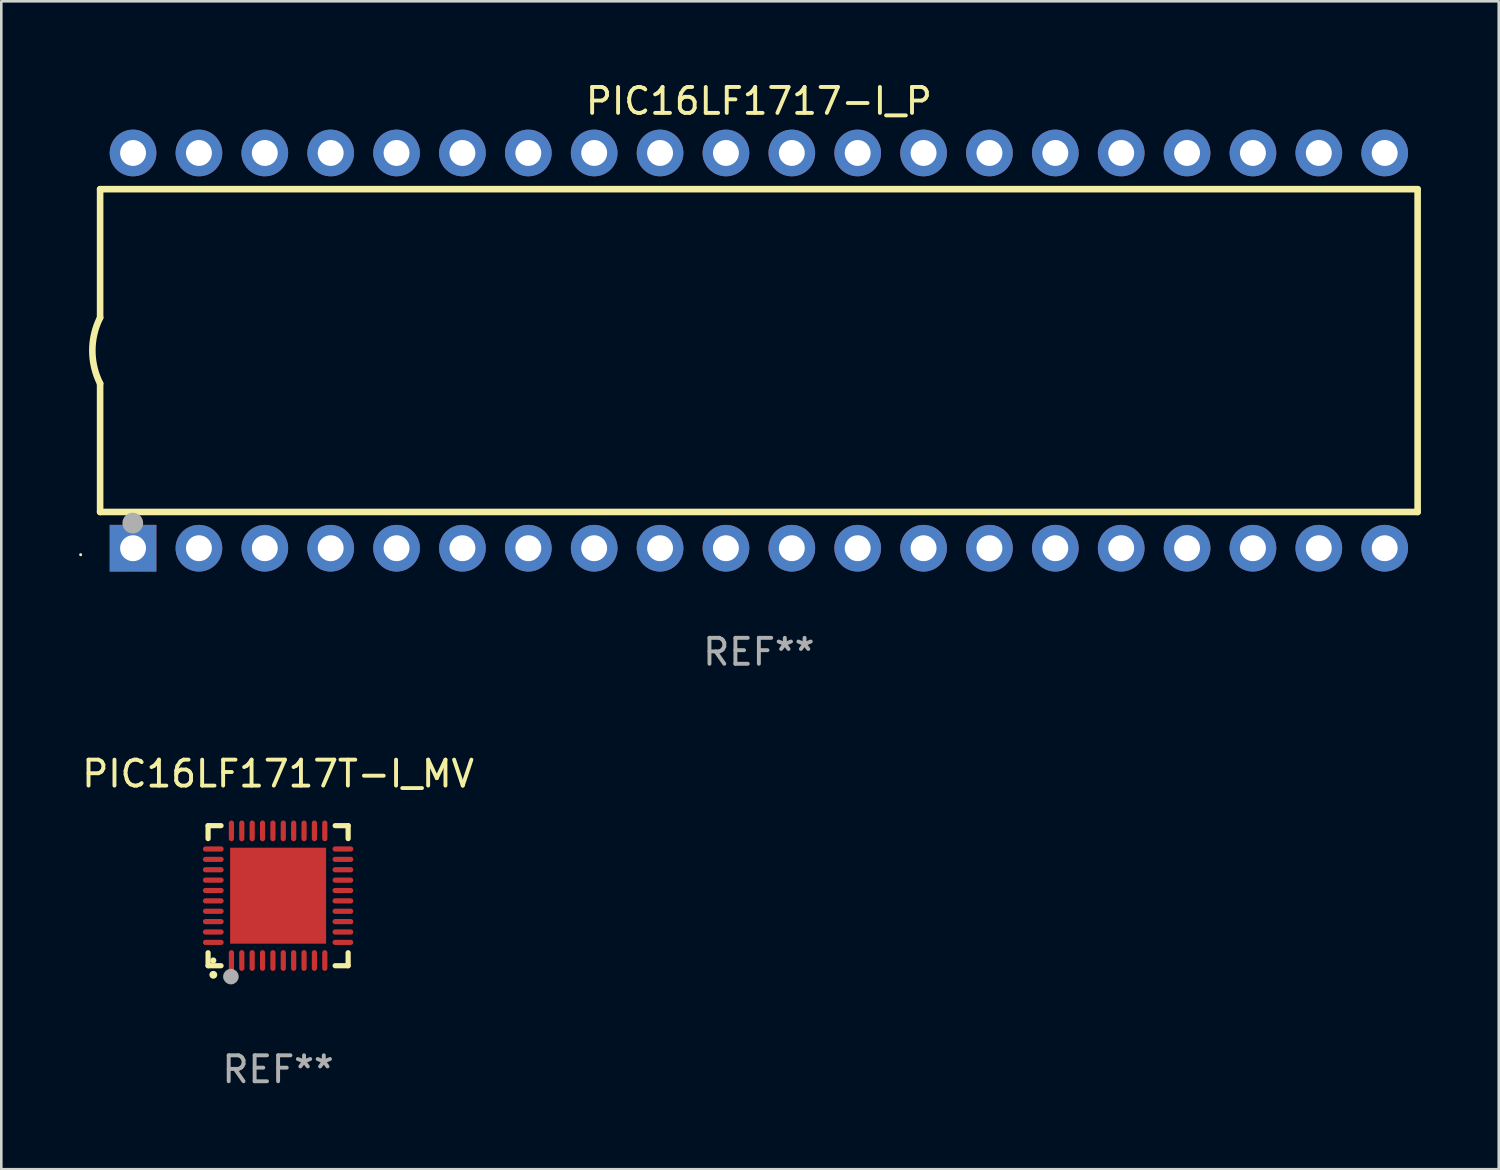
<source format=kicad_pcb>
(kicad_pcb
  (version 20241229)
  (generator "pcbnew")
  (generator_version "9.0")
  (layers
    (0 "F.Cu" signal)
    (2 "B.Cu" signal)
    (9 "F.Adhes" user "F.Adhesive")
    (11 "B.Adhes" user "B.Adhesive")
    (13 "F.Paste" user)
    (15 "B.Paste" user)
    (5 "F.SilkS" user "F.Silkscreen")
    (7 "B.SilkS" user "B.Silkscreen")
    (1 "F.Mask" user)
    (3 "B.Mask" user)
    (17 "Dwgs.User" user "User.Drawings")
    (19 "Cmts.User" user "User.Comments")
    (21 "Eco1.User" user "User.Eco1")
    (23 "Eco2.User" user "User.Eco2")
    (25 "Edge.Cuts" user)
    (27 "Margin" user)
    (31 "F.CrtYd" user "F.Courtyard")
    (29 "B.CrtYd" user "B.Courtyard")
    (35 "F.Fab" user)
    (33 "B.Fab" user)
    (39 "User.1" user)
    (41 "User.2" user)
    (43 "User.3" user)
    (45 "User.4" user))
  (footprint "PIC16LF1717-I_P"
    (layer "F.Cu")
    (at 26.21 10.468)
    (property "Reference" "PIC16LF1717-I_P" (at 0 -9.62 0) (layer "F.SilkS") (effects (font (size 1 1) (thickness 0.15))))
    (attr through_hole)
    (fp_line (start -25.4 -6.224) (end -25.4 -1.271) (stroke (width 0.254) (type solid)) (layer "F.SilkS"))
    (fp_line (start -25.4 -6.224) (end 25.4 -6.224) (stroke (width 0.254) (type solid)) (layer "F.SilkS"))
    (fp_line (start -25.4 1.269) (end -25.4 6.222) (stroke (width 0.254) (type solid)) (layer "F.SilkS"))
    (fp_line (start -25.4 6.222) (end 25.4 6.222) (stroke (width 0.254) (type solid)) (layer "F.SilkS"))
    (fp_line (start 25.4 6.222) (end 25.4 -6.224) (stroke (width 0.254) (type solid)) (layer "F.SilkS"))
    (fp_arc (start -25.4 1.269241) (mid -25.699807 -0.000762) (end -25.4 -1.270765) (stroke (width 0.254001) (type solid)) (layer "F.SilkS"))
    (fp_circle (center -26.15 7.87) (end -26.12 7.87) (stroke (width 0.06) (type solid)) (fill no) (layer "F.SilkS"))
    (fp_circle (center -24.14 6.65) (end -23.94 6.65) (stroke (width 0.4) (type solid)) (fill no) (layer "F.Fab"))
    (fp_text user "REF**" (at 0 11.62 0) (layer "F.Fab") (effects (font (size 1 1) (thickness 0.15))))
    (pad "1" thru_hole rect (at -24.13 7.62 90) (size 1.8 1.8) (drill 1) (layers "*.Cu" "*.Mask"))
    (pad "2" thru_hole circle (at -21.59 7.62) (size 1.8 1.8) (drill 1) (layers "*.Cu" "*.Mask"))
    (pad "3" thru_hole circle (at -19.05 7.62) (size 1.8 1.8) (drill 1) (layers "*.Cu" "*.Mask"))
    (pad "4" thru_hole circle (at -16.51 7.62) (size 1.8 1.8) (drill 1) (layers "*.Cu" "*.Mask"))
    (pad "5" thru_hole circle (at -13.97 7.62) (size 1.8 1.8) (drill 1) (layers "*.Cu" "*.Mask"))
    (pad "6" thru_hole circle (at -11.43 7.62) (size 1.8 1.8) (drill 1) (layers "*.Cu" "*.Mask"))
    (pad "7" thru_hole circle (at -8.89 7.62) (size 1.8 1.8) (drill 1) (layers "*.Cu" "*.Mask"))
    (pad "8" thru_hole circle (at -6.35 7.62) (size 1.8 1.8) (drill 1) (layers "*.Cu" "*.Mask"))
    (pad "9" thru_hole circle (at -3.81 7.62) (size 1.8 1.8) (drill 1) (layers "*.Cu" "*.Mask"))
    (pad "10" thru_hole circle (at -1.27 7.62) (size 1.8 1.8) (drill 1) (layers "*.Cu" "*.Mask"))
    (pad "11" thru_hole circle (at 1.27 7.62) (size 1.8 1.8) (drill 1) (layers "*.Cu" "*.Mask"))
    (pad "12" thru_hole circle (at 3.81 7.62) (size 1.8 1.8) (drill 1) (layers "*.Cu" "*.Mask"))
    (pad "13" thru_hole circle (at 6.35 7.62) (size 1.8 1.8) (drill 1) (layers "*.Cu" "*.Mask"))
    (pad "14" thru_hole circle (at 8.89 7.62) (size 1.8 1.8) (drill 1) (layers "*.Cu" "*.Mask"))
    (pad "15" thru_hole circle (at 11.43 7.62) (size 1.8 1.8) (drill 1) (layers "*.Cu" "*.Mask"))
    (pad "16" thru_hole circle (at 13.97 7.62) (size 1.8 1.8) (drill 1) (layers "*.Cu" "*.Mask"))
    (pad "17" thru_hole circle (at 16.51 7.62) (size 1.8 1.8) (drill 1) (layers "*.Cu" "*.Mask"))
    (pad "18" thru_hole circle (at 19.05 7.62) (size 1.8 1.8) (drill 1) (layers "*.Cu" "*.Mask"))
    (pad "19" thru_hole circle (at 21.59 7.62) (size 1.8 1.8) (drill 1) (layers "*.Cu" "*.Mask"))
    (pad "20" thru_hole circle (at 24.13 7.62) (size 1.8 1.8) (drill 1) (layers "*.Cu" "*.Mask"))
    (pad "21" thru_hole circle (at 24.13 -7.62) (size 1.8 1.8) (drill 1) (layers "*.Cu" "*.Mask"))
    (pad "22" thru_hole circle (at 21.59 -7.62) (size 1.8 1.8) (drill 1) (layers "*.Cu" "*.Mask"))
    (pad "23" thru_hole circle (at 19.05 -7.62) (size 1.8 1.8) (drill 1) (layers "*.Cu" "*.Mask"))
    (pad "24" thru_hole circle (at 16.51 -7.62) (size 1.8 1.8) (drill 1) (layers "*.Cu" "*.Mask"))
    (pad "25" thru_hole circle (at 13.97 -7.62) (size 1.8 1.8) (drill 1) (layers "*.Cu" "*.Mask"))
    (pad "26" thru_hole circle (at 11.43 -7.62) (size 1.8 1.8) (drill 1) (layers "*.Cu" "*.Mask"))
    (pad "27" thru_hole circle (at 8.89 -7.62) (size 1.8 1.8) (drill 1) (layers "*.Cu" "*.Mask"))
    (pad "28" thru_hole circle (at 6.35 -7.62) (size 1.8 1.8) (drill 1) (layers "*.Cu" "*.Mask"))
    (pad "29" thru_hole circle (at 3.81 -7.62) (size 1.8 1.8) (drill 1) (layers "*.Cu" "*.Mask"))
    (pad "30" thru_hole circle (at 1.27 -7.62) (size 1.8 1.8) (drill 1) (layers "*.Cu" "*.Mask"))
    (pad "31" thru_hole circle (at -1.27 -7.62) (size 1.8 1.8) (drill 1) (layers "*.Cu" "*.Mask"))
    (pad "32" thru_hole circle (at -3.81 -7.62) (size 1.8 1.8) (drill 1) (layers "*.Cu" "*.Mask"))
    (pad "33" thru_hole circle (at -6.35 -7.62) (size 1.8 1.8) (drill 1) (layers "*.Cu" "*.Mask"))
    (pad "34" thru_hole circle (at -8.89 -7.62) (size 1.8 1.8) (drill 1) (layers "*.Cu" "*.Mask"))
    (pad "35" thru_hole circle (at -11.43 -7.62) (size 1.8 1.8) (drill 1) (layers "*.Cu" "*.Mask"))
    (pad "36" thru_hole circle (at -13.97 -7.62) (size 1.8 1.8) (drill 1) (layers "*.Cu" "*.Mask"))
    (pad "37" thru_hole circle (at -16.51 -7.62) (size 1.8 1.8) (drill 1) (layers "*.Cu" "*.Mask"))
    (pad "38" thru_hole circle (at -19.05 -7.62) (size 1.8 1.8) (drill 1) (layers "*.Cu" "*.Mask"))
    (pad "39" thru_hole circle (at -21.59 -7.62) (size 1.8 1.8) (drill 1) (layers "*.Cu" "*.Mask"))
    (pad "40" thru_hole circle (at -24.13 -7.62) (size 1.8 1.8) (drill 1) (layers "*.Cu" "*.Mask")))
  (footprint "PIC16LF1717T-I_MV"
    (layer "F.Cu")
    (at 7.673 31.485)
    (property "Reference" "PIC16LF1717T-I_MV" (at 0 -4.7 0) (layer "F.SilkS") (effects (font (size 1 1) (thickness 0.15))))
    (attr through_hole)
    (fp_line (start -2.7 -2.7) (end -2.7 -2.2) (stroke (width 0.2) (type solid)) (layer "F.SilkS"))
    (fp_line (start -2.7 2.7) (end -2.7 2.2) (stroke (width 0.2) (type solid)) (layer "F.SilkS"))
    (fp_line (start -2.2 -2.7) (end -2.7 -2.7) (stroke (width 0.2) (type solid)) (layer "F.SilkS"))
    (fp_line (start -2.2 2.7) (end -2.7 2.7) (stroke (width 0.2) (type solid)) (layer "F.SilkS"))
    (fp_line (start 2.7 -2.7) (end 2.2 -2.7) (stroke (width 0.2) (type solid)) (layer "F.SilkS"))
    (fp_line (start 2.7 -2.2) (end 2.7 -2.7) (stroke (width 0.2) (type solid)) (layer "F.SilkS"))
    (fp_line (start 2.7 2.2) (end 2.7 2.7) (stroke (width 0.2) (type solid)) (layer "F.SilkS"))
    (fp_line (start 2.7 2.7) (end 2.2 2.7) (stroke (width 0.2) (type solid)) (layer "F.SilkS"))
    (fp_arc (start -2.499365 3.050546) (mid -2.498095 3.050541) (end -2.496825 3.050546) (stroke (width 0.3) (type solid)) (layer "F.SilkS"))
    (fp_circle (center -2.5 2.5) (end -2.44 2.5) (stroke (width 0.12) (type solid)) (fill no) (layer "F.SilkS"))
    (fp_circle (center -1.82 3.12) (end -1.67 3.12) (stroke (width 0.3) (type solid)) (fill no) (layer "F.Fab"))
    (fp_text user "REF**" (at 0 6.7 0) (layer "F.Fab") (effects (font (size 1 1) (thickness 0.15))))
    (pad "1" smd oval (at -1.8 2.499) (size 0.2 0.8) (layers "F.Cu" "F.Mask" "F.Paste"))
    (pad "2" smd oval (at -1.4 2.499) (size 0.2 0.8) (layers "F.Cu" "F.Mask" "F.Paste"))
    (pad "3" smd oval (at -1 2.499) (size 0.2 0.8) (layers "F.Cu" "F.Mask" "F.Paste"))
    (pad "4" smd oval (at -0.6 2.499) (size 0.2 0.8) (layers "F.Cu" "F.Mask" "F.Paste"))
    (pad "5" smd oval (at -0.2 2.499) (size 0.2 0.8) (layers "F.Cu" "F.Mask" "F.Paste"))
    (pad "6" smd oval (at 0.2 2.499) (size 0.2 0.8) (layers "F.Cu" "F.Mask" "F.Paste"))
    (pad "7" smd oval (at 0.6 2.499) (size 0.2 0.8) (layers "F.Cu" "F.Mask" "F.Paste"))
    (pad "8" smd oval (at 1 2.499) (size 0.2 0.8) (layers "F.Cu" "F.Mask" "F.Paste"))
    (pad "9" smd oval (at 1.4 2.499) (size 0.2 0.8) (layers "F.Cu" "F.Mask" "F.Paste"))
    (pad "10" smd oval (at 1.8 2.499) (size 0.2 0.8) (layers "F.Cu" "F.Mask" "F.Paste"))
    (pad "11" smd oval (at 2.499 1.8) (size 0.8 0.2) (layers "F.Cu" "F.Mask" "F.Paste"))
    (pad "12" smd oval (at 2.499 1.4) (size 0.8 0.2) (layers "F.Cu" "F.Mask" "F.Paste"))
    (pad "13" smd oval (at 2.499 1) (size 0.8 0.2) (layers "F.Cu" "F.Mask" "F.Paste"))
    (pad "14" smd oval (at 2.499 0.6) (size 0.8 0.2) (layers "F.Cu" "F.Mask" "F.Paste"))
    (pad "15" smd oval (at 2.499 0.2) (size 0.8 0.2) (layers "F.Cu" "F.Mask" "F.Paste"))
    (pad "16" smd oval (at 2.499 -0.2) (size 0.8 0.2) (layers "F.Cu" "F.Mask" "F.Paste"))
    (pad "17" smd oval (at 2.499 -0.6) (size 0.8 0.2) (layers "F.Cu" "F.Mask" "F.Paste"))
    (pad "18" smd oval (at 2.499 -1) (size 0.8 0.2) (layers "F.Cu" "F.Mask" "F.Paste"))
    (pad "19" smd oval (at 2.499 -1.4) (size 0.8 0.2) (layers "F.Cu" "F.Mask" "F.Paste"))
    (pad "20" smd oval (at 2.499 -1.8) (size 0.8 0.2) (layers "F.Cu" "F.Mask" "F.Paste"))
    (pad "21" smd oval (at 1.8 -2.499) (size 0.2 0.8) (layers "F.Cu" "F.Mask" "F.Paste"))
    (pad "22" smd oval (at 1.4 -2.499) (size 0.2 0.8) (layers "F.Cu" "F.Mask" "F.Paste"))
    (pad "23" smd oval (at 1 -2.499) (size 0.2 0.8) (layers "F.Cu" "F.Mask" "F.Paste"))
    (pad "24" smd oval (at 0.6 -2.499) (size 0.2 0.8) (layers "F.Cu" "F.Mask" "F.Paste"))
    (pad "25" smd oval (at 0.2 -2.499) (size 0.2 0.8) (layers "F.Cu" "F.Mask" "F.Paste"))
    (pad "26" smd oval (at -0.2 -2.499) (size 0.2 0.8) (layers "F.Cu" "F.Mask" "F.Paste"))
    (pad "27" smd oval (at -0.6 -2.499) (size 0.2 0.8) (layers "F.Cu" "F.Mask" "F.Paste"))
    (pad "28" smd oval (at -1 -2.499) (size 0.2 0.8) (layers "F.Cu" "F.Mask" "F.Paste"))
    (pad "29" smd oval (at -1.4 -2.499) (size 0.2 0.8) (layers "F.Cu" "F.Mask" "F.Paste"))
    (pad "30" smd oval (at -1.8 -2.499) (size 0.2 0.8) (layers "F.Cu" "F.Mask" "F.Paste"))
    (pad "31" smd oval (at -2.499 -1.8) (size 0.8 0.2) (layers "F.Cu" "F.Mask" "F.Paste"))
    (pad "32" smd oval (at -2.499 -1.4) (size 0.8 0.2) (layers "F.Cu" "F.Mask" "F.Paste"))
    (pad "33" smd oval (at -2.499 -1) (size 0.8 0.2) (layers "F.Cu" "F.Mask" "F.Paste"))
    (pad "34" smd oval (at -2.499 -0.6) (size 0.8 0.2) (layers "F.Cu" "F.Mask" "F.Paste"))
    (pad "35" smd oval (at -2.499 -0.2) (size 0.8 0.2) (layers "F.Cu" "F.Mask" "F.Paste"))
    (pad "36" smd oval (at -2.499 0.2) (size 0.8 0.2) (layers "F.Cu" "F.Mask" "F.Paste"))
    (pad "37" smd oval (at -2.499 0.6) (size 0.8 0.2) (layers "F.Cu" "F.Mask" "F.Paste"))
    (pad "38" smd oval (at -2.499 1) (size 0.8 0.2) (layers "F.Cu" "F.Mask" "F.Paste"))
    (pad "39" smd oval (at -2.499 1.4) (size 0.8 0.2) (layers "F.Cu" "F.Mask" "F.Paste"))
    (pad "40" smd oval (at -2.499 1.8) (size 0.8 0.2) (layers "F.Cu" "F.Mask" "F.Paste"))
    (pad "41" smd rect (at 0 0) (size 3.7 3.7) (layers "F.Cu" "F.Mask" "F.Paste")))
  (gr_rect
    (start -3 -3)
    (end 54.737 42.033)
    (stroke (width 0.1) (type default))
    (fill no)
    (layer "Edge.Cuts")))
</source>
